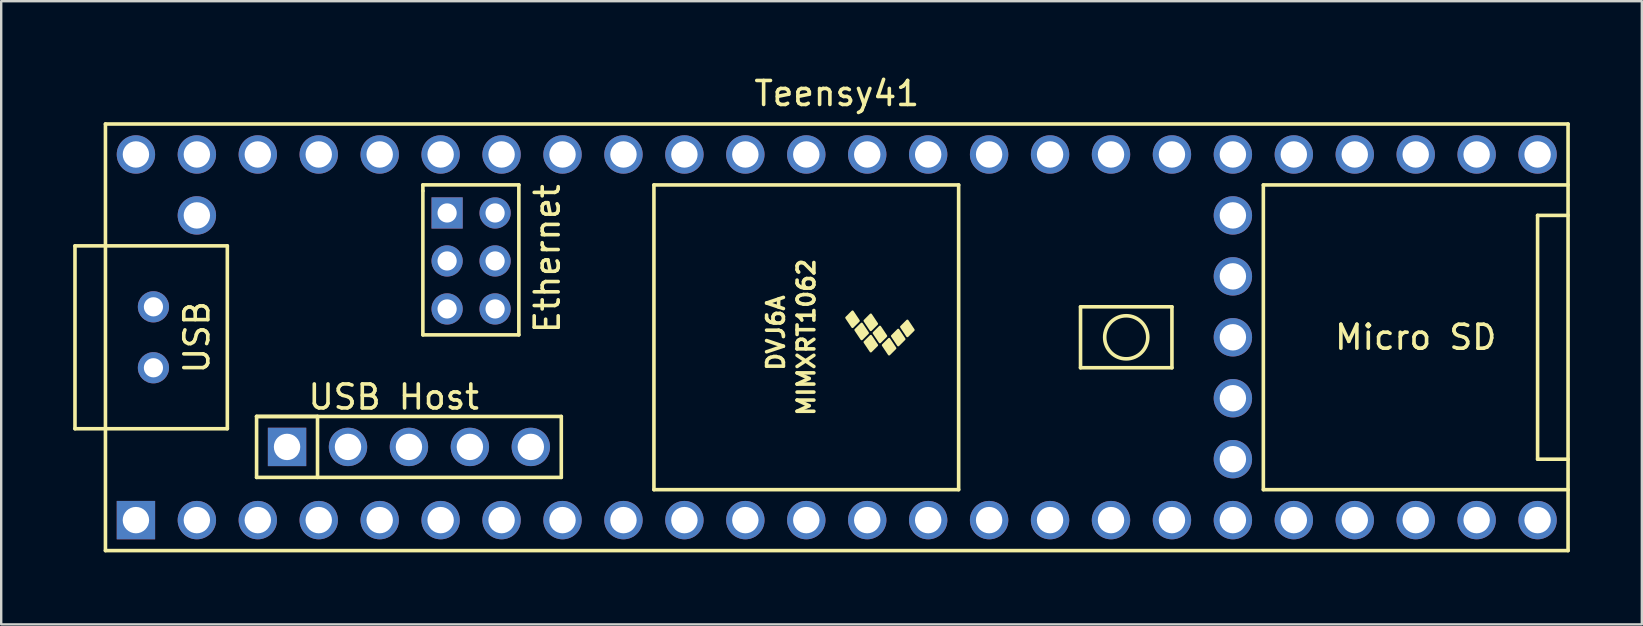
<source format=kicad_pcb>
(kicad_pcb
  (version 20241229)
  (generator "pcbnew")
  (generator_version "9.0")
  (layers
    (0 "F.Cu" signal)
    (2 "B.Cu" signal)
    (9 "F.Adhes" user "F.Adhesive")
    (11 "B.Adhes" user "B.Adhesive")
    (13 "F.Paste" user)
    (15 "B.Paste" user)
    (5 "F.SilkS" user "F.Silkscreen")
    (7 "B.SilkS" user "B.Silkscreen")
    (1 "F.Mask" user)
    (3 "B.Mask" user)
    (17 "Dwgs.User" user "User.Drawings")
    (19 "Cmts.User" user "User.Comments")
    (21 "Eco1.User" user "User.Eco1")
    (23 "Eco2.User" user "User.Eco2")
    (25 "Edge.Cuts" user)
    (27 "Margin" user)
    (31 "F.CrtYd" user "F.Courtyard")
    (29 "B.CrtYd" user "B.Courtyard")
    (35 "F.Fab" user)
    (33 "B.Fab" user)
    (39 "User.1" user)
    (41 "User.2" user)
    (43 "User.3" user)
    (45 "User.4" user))
  (footprint "Teensy41"
    (layer "F.Cu")
    (at 31.825 11.008)
    (property "Reference" "Teensy41" (at 0 -10.16 0) (layer "F.SilkS") (effects (font (size 1 1) (thickness 0.15))))
    (attr through_hole)
    (fp_line (start -31.75 -3.81) (end -30.48 -3.81) (stroke (width 0.15) (type solid)) (layer "F.SilkS"))
    (fp_line (start -31.75 3.81) (end -31.75 -3.81) (stroke (width 0.15) (type solid)) (layer "F.SilkS"))
    (fp_line (start -30.48 -8.89) (end 30.48 -8.89) (stroke (width 0.15) (type solid)) (layer "F.SilkS"))
    (fp_line (start -30.48 3.81) (end -31.75 3.81) (stroke (width 0.15) (type solid)) (layer "F.SilkS"))
    (fp_line (start -30.48 8.89) (end -30.48 -8.89) (stroke (width 0.15) (type solid)) (layer "F.SilkS"))
    (fp_line (start -25.4 -3.81) (end -30.48 -3.81) (stroke (width 0.15) (type solid)) (layer "F.SilkS"))
    (fp_line (start -25.4 3.81) (end -30.48 3.81) (stroke (width 0.15) (type solid)) (layer "F.SilkS"))
    (fp_line (start -25.4 3.81) (end -25.4 -3.81) (stroke (width 0.15) (type solid)) (layer "F.SilkS"))
    (fp_line (start -24.181 3.299) (end -21.641 3.299) (stroke (width 0.15) (type solid)) (layer "F.SilkS"))
    (fp_line (start -24.181 3.299) (end -11.481 3.299) (stroke (width 0.15) (type solid)) (layer "F.SilkS"))
    (fp_line (start -24.181 5.839) (end -24.181 3.299) (stroke (width 0.15) (type solid)) (layer "F.SilkS"))
    (fp_line (start -21.641 3.299) (end -21.641 5.839) (stroke (width 0.15) (type solid)) (layer "F.SilkS"))
    (fp_line (start -17.25 -6.352) (end -17.25 -6.102) (stroke (width 0.15) (type solid)) (layer "F.SilkS"))
    (fp_line (start -17.25 -6.102) (end -17.25 -0.102) (stroke (width 0.15) (type solid)) (layer "F.SilkS"))
    (fp_line (start -17.25 -0.102) (end -13.25 -0.102) (stroke (width 0.15) (type solid)) (layer "F.SilkS"))
    (fp_line (start -13.25 -6.352) (end -17.25 -6.352) (stroke (width 0.15) (type solid)) (layer "F.SilkS"))
    (fp_line (start -13.25 -0.102) (end -13.25 -6.352) (stroke (width 0.15) (type solid)) (layer "F.SilkS"))
    (fp_line (start -11.481 3.299) (end -11.481 5.839) (stroke (width 0.15) (type solid)) (layer "F.SilkS"))
    (fp_line (start -11.481 5.839) (end -24.181 5.839) (stroke (width 0.15) (type solid)) (layer "F.SilkS"))
    (fp_line (start -7.62 -6.35) (end -7.62 6.35) (stroke (width 0.15) (type solid)) (layer "F.SilkS"))
    (fp_line (start -7.62 6.35) (end 5.08 6.35) (stroke (width 0.15) (type solid)) (layer "F.SilkS"))
    (fp_line (start 5.08 -6.35) (end -7.62 -6.35) (stroke (width 0.15) (type solid)) (layer "F.SilkS"))
    (fp_line (start 5.08 6.35) (end 5.08 -6.35) (stroke (width 0.15) (type solid)) (layer "F.SilkS"))
    (fp_line (start 10.16 -1.27) (end 13.97 -1.27) (stroke (width 0.15) (type solid)) (layer "F.SilkS"))
    (fp_line (start 10.16 1.27) (end 10.16 -1.27) (stroke (width 0.15) (type solid)) (layer "F.SilkS"))
    (fp_line (start 13.97 -1.27) (end 13.97 1.27) (stroke (width 0.15) (type solid)) (layer "F.SilkS"))
    (fp_line (start 13.97 1.27) (end 10.16 1.27) (stroke (width 0.15) (type solid)) (layer "F.SilkS"))
    (fp_line (start 17.78 -6.35) (end 17.78 6.35) (stroke (width 0.15) (type solid)) (layer "F.SilkS"))
    (fp_line (start 17.78 6.35) (end 30.48 6.35) (stroke (width 0.15) (type solid)) (layer "F.SilkS"))
    (fp_line (start 29.21 -5.08) (end 29.21 5.08) (stroke (width 0.15) (type solid)) (layer "F.SilkS"))
    (fp_line (start 29.21 5.08) (end 30.48 5.08) (stroke (width 0.15) (type solid)) (layer "F.SilkS"))
    (fp_line (start 30.48 -8.89) (end 30.48 8.89) (stroke (width 0.15) (type solid)) (layer "F.SilkS"))
    (fp_line (start 30.48 -6.35) (end 17.78 -6.35) (stroke (width 0.15) (type solid)) (layer "F.SilkS"))
    (fp_line (start 30.48 -5.08) (end 29.21 -5.08) (stroke (width 0.15) (type solid)) (layer "F.SilkS"))
    (fp_line (start 30.48 8.89) (end -30.48 8.89) (stroke (width 0.15) (type solid)) (layer "F.SilkS"))
    (fp_circle (center 12.065 0) (end 12.7 -0.635) (stroke (width 0.15) (type solid)) (fill no) (layer "F.SilkS"))
    (fp_poly (pts (xy 0.911 -0.688) (xy 0.657 -0.434) (xy 0.403 -0.815) (xy 0.657 -1.069)) (stroke (width 0.1) (type solid)) (fill yes) (layer "F.SilkS"))
    (fp_poly (pts (xy 1.292 -0.18) (xy 1.038 0.074) (xy 0.784 -0.307) (xy 1.038 -0.561)) (stroke (width 0.1) (type solid)) (fill yes) (layer "F.SilkS"))
    (fp_poly (pts (xy 1.673 -0.561) (xy 1.419 -0.307) (xy 1.165 -0.688) (xy 1.419 -0.942)) (stroke (width 0.1) (type solid)) (fill yes) (layer "F.SilkS"))
    (fp_poly (pts (xy 1.673 0.328) (xy 1.419 0.582) (xy 1.165 0.201) (xy 1.419 -0.053)) (stroke (width 0.1) (type solid)) (fill yes) (layer "F.SilkS"))
    (fp_poly (pts (xy 2.054 -0.053) (xy 1.8 0.201) (xy 1.546 -0.18) (xy 1.8 -0.434)) (stroke (width 0.1) (type solid)) (fill yes) (layer "F.SilkS"))
    (fp_poly (pts (xy 2.435 0.455) (xy 2.181 0.709) (xy 1.927 0.328) (xy 2.181 0.074)) (stroke (width 0.1) (type solid)) (fill yes) (layer "F.SilkS"))
    (fp_poly (pts (xy 2.816 0.074) (xy 2.562 0.328) (xy 2.308 -0.053) (xy 2.562 -0.307)) (stroke (width 0.1) (type solid)) (fill yes) (layer "F.SilkS"))
    (fp_poly (pts (xy 3.197 -0.307) (xy 2.943 -0.053) (xy 2.689 -0.434) (xy 2.943 -0.688)) (stroke (width 0.1) (type solid)) (fill yes) (layer "F.SilkS"))
    (fp_text user "MIMXRT1062" (at -1.27 0 270) (layer "F.SilkS") (effects (font (size 0.7 0.7) (thickness 0.15))))
    (fp_text user "USB Host" (at -18.466 2.489 0) (layer "F.SilkS") (effects (font (size 1 1) (thickness 0.15))))
    (fp_text user "USB" (at -26.67 0 270) (layer "F.SilkS") (effects (font (size 1 1) (thickness 0.15))))
    (fp_text user "Ethernet" (at -12.065 -3.277 90) (layer "F.SilkS") (effects (font (size 1 1) (thickness 0.15))))
    (fp_text user "DVJ6A" (at -2.54 -0.18 270) (layer "F.SilkS") (effects (font (size 0.7 0.7) (thickness 0.15))))
    (fp_text user "Micro SD" (at 24.13 0 0) (layer "F.SilkS") (effects (font (size 1 1) (thickness 0.15))))
    (pad "1" thru_hole rect (at -29.21 7.62) (size 1.6 1.6) (drill 1.1) (layers "*.Cu" "*.Mask"))
    (pad "2" thru_hole circle (at -26.67 7.62) (size 1.6 1.6) (drill 1.1) (layers "*.Cu" "*.Mask"))
    (pad "3" thru_hole circle (at -24.13 7.62) (size 1.6 1.6) (drill 1.1) (layers "*.Cu" "*.Mask"))
    (pad "4" thru_hole circle (at -21.59 7.62) (size 1.6 1.6) (drill 1.1) (layers "*.Cu" "*.Mask"))
    (pad "5" thru_hole circle (at -19.05 7.62) (size 1.6 1.6) (drill 1.1) (layers "*.Cu" "*.Mask"))
    (pad "6" thru_hole circle (at -16.51 7.62) (size 1.6 1.6) (drill 1.1) (layers "*.Cu" "*.Mask"))
    (pad "7" thru_hole circle (at -13.97 7.62) (size 1.6 1.6) (drill 1.1) (layers "*.Cu" "*.Mask"))
    (pad "8" thru_hole circle (at -11.43 7.62) (size 1.6 1.6) (drill 1.1) (layers "*.Cu" "*.Mask"))
    (pad "9" thru_hole circle (at -8.89 7.62) (size 1.6 1.6) (drill 1.1) (layers "*.Cu" "*.Mask"))
    (pad "10" thru_hole circle (at -6.35 7.62) (size 1.6 1.6) (drill 1.1) (layers "*.Cu" "*.Mask"))
    (pad "11" thru_hole circle (at -3.81 7.62) (size 1.6 1.6) (drill 1.1) (layers "*.Cu" "*.Mask"))
    (pad "12" thru_hole circle (at -1.27 7.62) (size 1.6 1.6) (drill 1.1) (layers "*.Cu" "*.Mask"))
    (pad "13" thru_hole circle (at 1.27 7.62) (size 1.6 1.6) (drill 1.1) (layers "*.Cu" "*.Mask"))
    (pad "14" thru_hole circle (at 3.81 7.62) (size 1.6 1.6) (drill 1.1) (layers "*.Cu" "*.Mask"))
    (pad "15" thru_hole circle (at 6.35 7.62) (size 1.6 1.6) (drill 1.1) (layers "*.Cu" "*.Mask"))
    (pad "16" thru_hole circle (at 8.89 7.62) (size 1.6 1.6) (drill 1.1) (layers "*.Cu" "*.Mask"))
    (pad "17" thru_hole circle (at 11.43 7.62) (size 1.6 1.6) (drill 1.1) (layers "*.Cu" "*.Mask"))
    (pad "18" thru_hole circle (at 13.97 7.62) (size 1.6 1.6) (drill 1.1) (layers "*.Cu" "*.Mask"))
    (pad "19" thru_hole circle (at 16.51 7.62) (size 1.6 1.6) (drill 1.1) (layers "*.Cu" "*.Mask"))
    (pad "20" thru_hole circle (at 19.05 7.62) (size 1.6 1.6) (drill 1.1) (layers "*.Cu" "*.Mask"))
    (pad "21" thru_hole circle (at 21.59 7.62) (size 1.6 1.6) (drill 1.1) (layers "*.Cu" "*.Mask"))
    (pad "22" thru_hole circle (at 24.13 7.62) (size 1.6 1.6) (drill 1.1) (layers "*.Cu" "*.Mask"))
    (pad "23" thru_hole circle (at 26.67 7.62) (size 1.6 1.6) (drill 1.1) (layers "*.Cu" "*.Mask"))
    (pad "24" thru_hole circle (at 29.21 7.62) (size 1.6 1.6) (drill 1.1) (layers "*.Cu" "*.Mask"))
    (pad "25" thru_hole circle (at 29.21 -7.62) (size 1.6 1.6) (drill 1.1) (layers "*.Cu" "*.Mask"))
    (pad "26" thru_hole circle (at 26.67 -7.62) (size 1.6 1.6) (drill 1.1) (layers "*.Cu" "*.Mask"))
    (pad "27" thru_hole circle (at 24.13 -7.62) (size 1.6 1.6) (drill 1.1) (layers "*.Cu" "*.Mask"))
    (pad "28" thru_hole circle (at 21.59 -7.62) (size 1.6 1.6) (drill 1.1) (layers "*.Cu" "*.Mask"))
    (pad "29" thru_hole circle (at 19.05 -7.62) (size 1.6 1.6) (drill 1.1) (layers "*.Cu" "*.Mask"))
    (pad "30" thru_hole circle (at 16.51 -7.62) (size 1.6 1.6) (drill 1.1) (layers "*.Cu" "*.Mask"))
    (pad "31" thru_hole circle (at 13.97 -7.62) (size 1.6 1.6) (drill 1.1) (layers "*.Cu" "*.Mask"))
    (pad "32" thru_hole circle (at 11.43 -7.62) (size 1.6 1.6) (drill 1.1) (layers "*.Cu" "*.Mask"))
    (pad "33" thru_hole circle (at 8.89 -7.62) (size 1.6 1.6) (drill 1.1) (layers "*.Cu" "*.Mask"))
    (pad "34" thru_hole circle (at 6.35 -7.62) (size 1.6 1.6) (drill 1.1) (layers "*.Cu" "*.Mask"))
    (pad "35" thru_hole circle (at 3.81 -7.62) (size 1.6 1.6) (drill 1.1) (layers "*.Cu" "*.Mask"))
    (pad "36" thru_hole circle (at 1.27 -7.62) (size 1.6 1.6) (drill 1.1) (layers "*.Cu" "*.Mask"))
    (pad "37" thru_hole circle (at -1.27 -7.62) (size 1.6 1.6) (drill 1.1) (layers "*.Cu" "*.Mask"))
    (pad "38" thru_hole circle (at -3.81 -7.62) (size 1.6 1.6) (drill 1.1) (layers "*.Cu" "*.Mask"))
    (pad "39" thru_hole circle (at -6.35 -7.62) (size 1.6 1.6) (drill 1.1) (layers "*.Cu" "*.Mask"))
    (pad "40" thru_hole circle (at -8.89 -7.62) (size 1.6 1.6) (drill 1.1) (layers "*.Cu" "*.Mask"))
    (pad "41" thru_hole circle (at -11.43 -7.62) (size 1.6 1.6) (drill 1.1) (layers "*.Cu" "*.Mask"))
    (pad "42" thru_hole circle (at -13.97 -7.62) (size 1.6 1.6) (drill 1.1) (layers "*.Cu" "*.Mask"))
    (pad "43" thru_hole circle (at -16.51 -7.62) (size 1.6 1.6) (drill 1.1) (layers "*.Cu" "*.Mask"))
    (pad "44" thru_hole circle (at -19.05 -7.62) (size 1.6 1.6) (drill 1.1) (layers "*.Cu" "*.Mask"))
    (pad "45" thru_hole circle (at -21.59 -7.62) (size 1.6 1.6) (drill 1.1) (layers "*.Cu" "*.Mask"))
    (pad "46" thru_hole circle (at -24.13 -7.62) (size 1.6 1.6) (drill 1.1) (layers "*.Cu" "*.Mask"))
    (pad "47" thru_hole circle (at -26.67 -7.62) (size 1.6 1.6) (drill 1.1) (layers "*.Cu" "*.Mask"))
    (pad "48" thru_hole circle (at -29.21 -7.62) (size 1.6 1.6) (drill 1.1) (layers "*.Cu" "*.Mask"))
    (pad "49" thru_hole circle (at -26.67 -5.08) (size 1.6 1.6) (drill 1.1) (layers "*.Cu" "*.Mask"))
    (pad "50" thru_hole circle (at 16.51 5.08) (size 1.6 1.6) (drill 1.1) (layers "*.Cu" "*.Mask"))
    (pad "51" thru_hole circle (at 16.51 2.54) (size 1.6 1.6) (drill 1.1) (layers "*.Cu" "*.Mask"))
    (pad "52" thru_hole circle (at 16.51 0) (size 1.6 1.6) (drill 1.1) (layers "*.Cu" "*.Mask"))
    (pad "53" thru_hole circle (at 16.51 -2.54) (size 1.6 1.6) (drill 1.1) (layers "*.Cu" "*.Mask"))
    (pad "54" thru_hole circle (at 16.51 -5.08) (size 1.6 1.6) (drill 1.1) (layers "*.Cu" "*.Mask"))
    (pad "55" thru_hole rect (at -22.911 4.569) (size 1.6 1.6) (drill 1.1) (layers "*.Cu" "*.Mask"))
    (pad "56" thru_hole circle (at -20.371 4.569) (size 1.6 1.6) (drill 1.1) (layers "*.Cu" "*.Mask"))
    (pad "57" thru_hole circle (at -17.831 4.569) (size 1.6 1.6) (drill 1.1) (layers "*.Cu" "*.Mask"))
    (pad "58" thru_hole circle (at -15.291 4.569) (size 1.6 1.6) (drill 1.1) (layers "*.Cu" "*.Mask"))
    (pad "59" thru_hole circle (at -12.751 4.569) (size 1.6 1.6) (drill 1.1) (layers "*.Cu" "*.Mask"))
    (pad "60" thru_hole rect (at -16.24 -5.182) (size 1.3 1.3) (drill 0.8) (layers "*.Cu" "*.Mask"))
    (pad "61" thru_hole circle (at -16.24 -3.182) (size 1.3 1.3) (drill 0.8) (layers "*.Cu" "*.Mask"))
    (pad "62" thru_hole circle (at -16.24 -1.182) (size 1.3 1.3) (drill 0.8) (layers "*.Cu" "*.Mask"))
    (pad "63" thru_hole circle (at -14.24 -1.182) (size 1.3 1.3) (drill 0.8) (layers "*.Cu" "*.Mask"))
    (pad "64" thru_hole circle (at -14.24 -3.182) (size 1.3 1.3) (drill 0.8) (layers "*.Cu" "*.Mask"))
    (pad "65" thru_hole circle (at -14.24 -5.182) (size 1.3 1.3) (drill 0.8) (layers "*.Cu" "*.Mask"))
    (pad "66" thru_hole circle (at -28.48 -1.27) (size 1.3 1.3) (drill 0.8) (layers "*.Cu" "*.Mask"))
    (pad "67" thru_hole circle (at -28.48 1.27) (size 1.3 1.3) (drill 0.8) (layers "*.Cu" "*.Mask")))
  (gr_rect
    (start -3 -3)
    (end 65.38 22.973)
    (stroke (width 0.1) (type default))
    (fill no)
    (layer "Edge.Cuts")))
</source>
